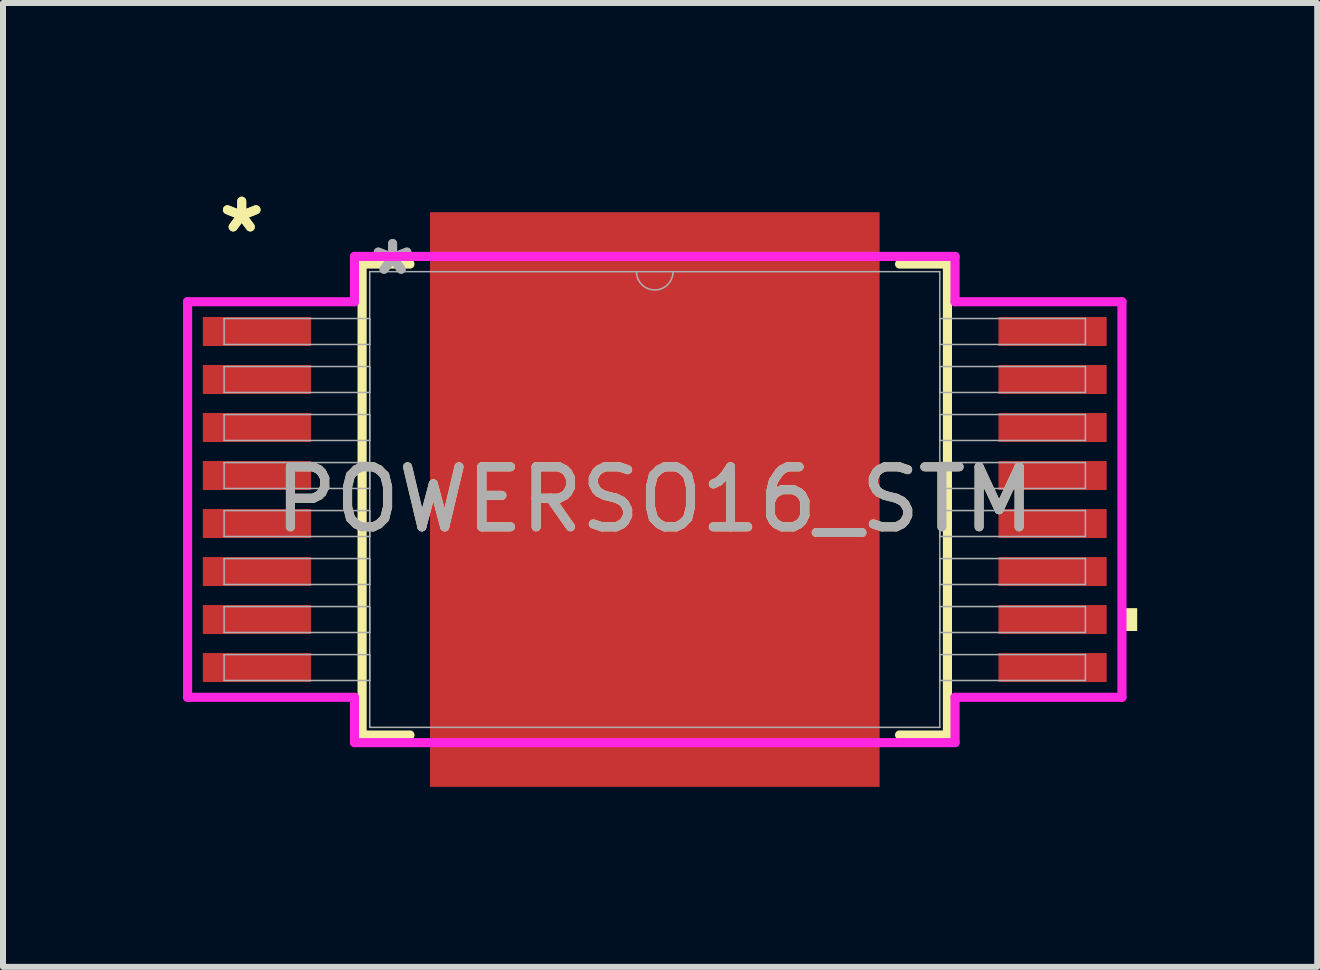
<source format=kicad_pcb>
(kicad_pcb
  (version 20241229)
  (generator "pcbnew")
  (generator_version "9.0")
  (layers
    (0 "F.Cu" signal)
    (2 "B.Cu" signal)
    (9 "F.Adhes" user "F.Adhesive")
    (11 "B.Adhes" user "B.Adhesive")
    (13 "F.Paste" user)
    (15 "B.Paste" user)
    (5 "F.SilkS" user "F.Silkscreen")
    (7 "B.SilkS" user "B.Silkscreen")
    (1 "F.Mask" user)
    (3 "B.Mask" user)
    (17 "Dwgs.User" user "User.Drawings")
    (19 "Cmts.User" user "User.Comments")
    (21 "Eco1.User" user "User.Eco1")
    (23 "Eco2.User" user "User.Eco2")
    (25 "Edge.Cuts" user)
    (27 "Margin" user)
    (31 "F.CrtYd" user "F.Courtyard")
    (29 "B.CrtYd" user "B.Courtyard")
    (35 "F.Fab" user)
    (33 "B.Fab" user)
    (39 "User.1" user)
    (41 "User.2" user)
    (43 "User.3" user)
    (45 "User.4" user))
  (footprint "POWERSO16_STM"
    (layer "F.Cu")
    (at 7.861 5.274)
    (property "Reference" "POWERSO16_STM" (at 0 0 0) (unlocked yes) (layer "F.SilkS") (effects (font (size 1 1) (thickness 0.15))))
    (attr smd)
    (fp_line (start -4.877 -3.924) (end -4.877 3.924) (stroke (width 0.152) (type solid)) (layer "F.SilkS"))
    (fp_line (start -4.877 3.924) (end -4.079 3.924) (stroke (width 0.152) (type solid)) (layer "F.SilkS"))
    (fp_line (start -4.079 -3.924) (end -4.877 -3.924) (stroke (width 0.152) (type solid)) (layer "F.SilkS"))
    (fp_line (start 4.079 3.924) (end 4.877 3.924) (stroke (width 0.152) (type solid)) (layer "F.SilkS"))
    (fp_line (start 4.877 -3.924) (end 4.079 -3.924) (stroke (width 0.152) (type solid)) (layer "F.SilkS"))
    (fp_line (start 4.877 3.924) (end 4.877 -3.924) (stroke (width 0.152) (type solid)) (layer "F.SilkS"))
    (fp_poly (pts (xy 8.039 1.81) (xy 8.039 2.191) (xy 7.785 2.191) (xy 7.785 1.81)) (stroke (width 0) (type solid)) (fill yes) (layer "F.SilkS"))
    (fp_poly (pts (xy -3.647 -4.688) (xy -3.647 -3.52) (xy -2.348 -3.52) (xy -2.348 -4.688)) (stroke (width 0) (type solid)) (fill yes) (layer "F.Paste"))
    (fp_poly (pts (xy -3.647 -3.32) (xy -3.647 -2.152) (xy -2.348 -2.152) (xy -2.348 -3.32)) (stroke (width 0) (type solid)) (fill yes) (layer "F.Paste"))
    (fp_poly (pts (xy -3.647 -1.952) (xy -3.647 -0.784) (xy -2.348 -0.784) (xy -2.348 -1.952)) (stroke (width 0) (type solid)) (fill yes) (layer "F.Paste"))
    (fp_poly (pts (xy -3.647 -0.584) (xy -3.647 0.584) (xy -2.348 0.584) (xy -2.348 -0.584)) (stroke (width 0) (type solid)) (fill yes) (layer "F.Paste"))
    (fp_poly (pts (xy -3.647 0.784) (xy -3.647 1.952) (xy -2.348 1.952) (xy -2.348 0.784)) (stroke (width 0) (type solid)) (fill yes) (layer "F.Paste"))
    (fp_poly (pts (xy -3.647 2.152) (xy -3.647 3.32) (xy -2.348 3.32) (xy -2.348 2.152)) (stroke (width 0) (type solid)) (fill yes) (layer "F.Paste"))
    (fp_poly (pts (xy -3.647 3.52) (xy -3.647 4.688) (xy -2.348 4.688) (xy -2.348 3.52)) (stroke (width 0) (type solid)) (fill yes) (layer "F.Paste"))
    (fp_poly (pts (xy -2.148 -4.688) (xy -2.148 -3.52) (xy -0.849 -3.52) (xy -0.849 -4.688)) (stroke (width 0) (type solid)) (fill yes) (layer "F.Paste"))
    (fp_poly (pts (xy -2.148 -3.32) (xy -2.148 -2.152) (xy -0.849 -2.152) (xy -0.849 -3.32)) (stroke (width 0) (type solid)) (fill yes) (layer "F.Paste"))
    (fp_poly (pts (xy -2.148 -1.952) (xy -2.148 -0.784) (xy -0.849 -0.784) (xy -0.849 -1.952)) (stroke (width 0) (type solid)) (fill yes) (layer "F.Paste"))
    (fp_poly (pts (xy -2.148 -0.584) (xy -2.148 0.584) (xy -0.849 0.584) (xy -0.849 -0.584)) (stroke (width 0) (type solid)) (fill yes) (layer "F.Paste"))
    (fp_poly (pts (xy -2.148 0.784) (xy -2.148 1.952) (xy -0.849 1.952) (xy -0.849 0.784)) (stroke (width 0) (type solid)) (fill yes) (layer "F.Paste"))
    (fp_poly (pts (xy -2.148 2.152) (xy -2.148 3.32) (xy -0.849 3.32) (xy -0.849 2.152)) (stroke (width 0) (type solid)) (fill yes) (layer "F.Paste"))
    (fp_poly (pts (xy -2.148 3.52) (xy -2.148 4.688) (xy -0.849 4.688) (xy -0.849 3.52)) (stroke (width 0) (type solid)) (fill yes) (layer "F.Paste"))
    (fp_poly (pts (xy -0.649 -4.688) (xy -0.649 -3.52) (xy 0.649 -3.52) (xy 0.649 -4.688)) (stroke (width 0) (type solid)) (fill yes) (layer "F.Paste"))
    (fp_poly (pts (xy -0.649 -3.32) (xy -0.649 -2.152) (xy 0.649 -2.152) (xy 0.649 -3.32)) (stroke (width 0) (type solid)) (fill yes) (layer "F.Paste"))
    (fp_poly (pts (xy -0.649 -1.952) (xy -0.649 -0.784) (xy 0.649 -0.784) (xy 0.649 -1.952)) (stroke (width 0) (type solid)) (fill yes) (layer "F.Paste"))
    (fp_poly (pts (xy -0.649 -0.584) (xy -0.649 0.584) (xy 0.649 0.584) (xy 0.649 -0.584)) (stroke (width 0) (type solid)) (fill yes) (layer "F.Paste"))
    (fp_poly (pts (xy -0.649 0.784) (xy -0.649 1.952) (xy 0.649 1.952) (xy 0.649 0.784)) (stroke (width 0) (type solid)) (fill yes) (layer "F.Paste"))
    (fp_poly (pts (xy -0.649 2.152) (xy -0.649 3.32) (xy 0.649 3.32) (xy 0.649 2.152)) (stroke (width 0) (type solid)) (fill yes) (layer "F.Paste"))
    (fp_poly (pts (xy -0.649 3.52) (xy -0.649 4.688) (xy 0.649 4.688) (xy 0.649 3.52)) (stroke (width 0) (type solid)) (fill yes) (layer "F.Paste"))
    (fp_poly (pts (xy 0.849 -4.688) (xy 0.849 -3.52) (xy 2.148 -3.52) (xy 2.148 -4.688)) (stroke (width 0) (type solid)) (fill yes) (layer "F.Paste"))
    (fp_poly (pts (xy 0.849 -3.32) (xy 0.849 -2.152) (xy 2.148 -2.152) (xy 2.148 -3.32)) (stroke (width 0) (type solid)) (fill yes) (layer "F.Paste"))
    (fp_poly (pts (xy 0.849 -1.952) (xy 0.849 -0.784) (xy 2.148 -0.784) (xy 2.148 -1.952)) (stroke (width 0) (type solid)) (fill yes) (layer "F.Paste"))
    (fp_poly (pts (xy 0.849 -0.584) (xy 0.849 0.584) (xy 2.148 0.584) (xy 2.148 -0.584)) (stroke (width 0) (type solid)) (fill yes) (layer "F.Paste"))
    (fp_poly (pts (xy 0.849 0.784) (xy 0.849 1.952) (xy 2.148 1.952) (xy 2.148 0.784)) (stroke (width 0) (type solid)) (fill yes) (layer "F.Paste"))
    (fp_poly (pts (xy 0.849 2.152) (xy 0.849 3.32) (xy 2.148 3.32) (xy 2.148 2.152)) (stroke (width 0) (type solid)) (fill yes) (layer "F.Paste"))
    (fp_poly (pts (xy 0.849 3.52) (xy 0.849 4.688) (xy 2.148 4.688) (xy 2.148 3.52)) (stroke (width 0) (type solid)) (fill yes) (layer "F.Paste"))
    (fp_poly (pts (xy 2.348 -4.688) (xy 2.348 -3.52) (xy 3.647 -3.52) (xy 3.647 -4.688)) (stroke (width 0) (type solid)) (fill yes) (layer "F.Paste"))
    (fp_poly (pts (xy 2.348 -3.32) (xy 2.348 -2.152) (xy 3.647 -2.152) (xy 3.647 -3.32)) (stroke (width 0) (type solid)) (fill yes) (layer "F.Paste"))
    (fp_poly (pts (xy 2.348 -1.952) (xy 2.348 -0.784) (xy 3.647 -0.784) (xy 3.647 -1.952)) (stroke (width 0) (type solid)) (fill yes) (layer "F.Paste"))
    (fp_poly (pts (xy 2.348 -0.584) (xy 2.348 0.584) (xy 3.647 0.584) (xy 3.647 -0.584)) (stroke (width 0) (type solid)) (fill yes) (layer "F.Paste"))
    (fp_poly (pts (xy 2.348 0.784) (xy 2.348 1.952) (xy 3.647 1.952) (xy 3.647 0.784)) (stroke (width 0) (type solid)) (fill yes) (layer "F.Paste"))
    (fp_poly (pts (xy 2.348 2.152) (xy 2.348 3.32) (xy 3.647 3.32) (xy 3.647 2.152)) (stroke (width 0) (type solid)) (fill yes) (layer "F.Paste"))
    (fp_poly (pts (xy 2.348 3.52) (xy 2.348 4.688) (xy 3.647 4.688) (xy 3.647 3.52)) (stroke (width 0) (type solid)) (fill yes) (layer "F.Paste"))
    (fp_line (start -7.785 -3.296) (end -5.004 -3.296) (stroke (width 0.152) (type solid)) (layer "F.CrtYd"))
    (fp_line (start -7.785 3.296) (end -7.785 -3.296) (stroke (width 0.152) (type solid)) (layer "F.CrtYd"))
    (fp_line (start -7.785 3.296) (end -5.004 3.296) (stroke (width 0.152) (type solid)) (layer "F.CrtYd"))
    (fp_line (start -5.004 -4.051) (end 5.004 -4.051) (stroke (width 0.152) (type solid)) (layer "F.CrtYd"))
    (fp_line (start -5.004 -3.296) (end -5.004 -4.051) (stroke (width 0.152) (type solid)) (layer "F.CrtYd"))
    (fp_line (start -5.004 4.051) (end -5.004 3.296) (stroke (width 0.152) (type solid)) (layer "F.CrtYd"))
    (fp_line (start 5.004 -4.051) (end 5.004 -3.296) (stroke (width 0.152) (type solid)) (layer "F.CrtYd"))
    (fp_line (start 5.004 3.296) (end 5.004 4.051) (stroke (width 0.152) (type solid)) (layer "F.CrtYd"))
    (fp_line (start 5.004 4.051) (end -5.004 4.051) (stroke (width 0.152) (type solid)) (layer "F.CrtYd"))
    (fp_line (start 7.785 -3.296) (end 5.004 -3.296) (stroke (width 0.152) (type solid)) (layer "F.CrtYd"))
    (fp_line (start 7.785 -3.296) (end 7.785 3.296) (stroke (width 0.152) (type solid)) (layer "F.CrtYd"))
    (fp_line (start 7.785 3.296) (end 5.004 3.296) (stroke (width 0.152) (type solid)) (layer "F.CrtYd"))
    (fp_line (start -7.176 -3.016) (end -7.176 -2.584) (stroke (width 0.025) (type solid)) (layer "F.Fab"))
    (fp_line (start -7.176 -2.584) (end -4.75 -2.584) (stroke (width 0.025) (type solid)) (layer "F.Fab"))
    (fp_line (start -7.176 -2.216) (end -7.176 -1.784) (stroke (width 0.025) (type solid)) (layer "F.Fab"))
    (fp_line (start -7.176 -1.784) (end -4.75 -1.784) (stroke (width 0.025) (type solid)) (layer "F.Fab"))
    (fp_line (start -7.176 -1.416) (end -7.176 -0.984) (stroke (width 0.025) (type solid)) (layer "F.Fab"))
    (fp_line (start -7.176 -0.984) (end -4.75 -0.984) (stroke (width 0.025) (type solid)) (layer "F.Fab"))
    (fp_line (start -7.176 -0.616) (end -7.176 -0.184) (stroke (width 0.025) (type solid)) (layer "F.Fab"))
    (fp_line (start -7.176 -0.184) (end -4.75 -0.184) (stroke (width 0.025) (type solid)) (layer "F.Fab"))
    (fp_line (start -7.176 0.184) (end -7.176 0.616) (stroke (width 0.025) (type solid)) (layer "F.Fab"))
    (fp_line (start -7.176 0.616) (end -4.75 0.616) (stroke (width 0.025) (type solid)) (layer "F.Fab"))
    (fp_line (start -7.176 0.984) (end -7.176 1.416) (stroke (width 0.025) (type solid)) (layer "F.Fab"))
    (fp_line (start -7.176 1.416) (end -4.75 1.416) (stroke (width 0.025) (type solid)) (layer "F.Fab"))
    (fp_line (start -7.176 1.784) (end -7.176 2.216) (stroke (width 0.025) (type solid)) (layer "F.Fab"))
    (fp_line (start -7.176 2.216) (end -4.75 2.216) (stroke (width 0.025) (type solid)) (layer "F.Fab"))
    (fp_line (start -7.176 2.584) (end -7.176 3.016) (stroke (width 0.025) (type solid)) (layer "F.Fab"))
    (fp_line (start -7.176 3.016) (end -4.75 3.016) (stroke (width 0.025) (type solid)) (layer "F.Fab"))
    (fp_line (start -4.75 -3.797) (end -4.75 3.797) (stroke (width 0.025) (type solid)) (layer "F.Fab"))
    (fp_line (start -4.75 -3.016) (end -7.176 -3.016) (stroke (width 0.025) (type solid)) (layer "F.Fab"))
    (fp_line (start -4.75 -2.584) (end -4.75 -3.016) (stroke (width 0.025) (type solid)) (layer "F.Fab"))
    (fp_line (start -4.75 -2.216) (end -7.176 -2.216) (stroke (width 0.025) (type solid)) (layer "F.Fab"))
    (fp_line (start -4.75 -1.784) (end -4.75 -2.216) (stroke (width 0.025) (type solid)) (layer "F.Fab"))
    (fp_line (start -4.75 -1.416) (end -7.176 -1.416) (stroke (width 0.025) (type solid)) (layer "F.Fab"))
    (fp_line (start -4.75 -0.984) (end -4.75 -1.416) (stroke (width 0.025) (type solid)) (layer "F.Fab"))
    (fp_line (start -4.75 -0.616) (end -7.176 -0.616) (stroke (width 0.025) (type solid)) (layer "F.Fab"))
    (fp_line (start -4.75 -0.184) (end -4.75 -0.616) (stroke (width 0.025) (type solid)) (layer "F.Fab"))
    (fp_line (start -4.75 0.184) (end -7.176 0.184) (stroke (width 0.025) (type solid)) (layer "F.Fab"))
    (fp_line (start -4.75 0.616) (end -4.75 0.184) (stroke (width 0.025) (type solid)) (layer "F.Fab"))
    (fp_line (start -4.75 0.984) (end -7.176 0.984) (stroke (width 0.025) (type solid)) (layer "F.Fab"))
    (fp_line (start -4.75 1.416) (end -4.75 0.984) (stroke (width 0.025) (type solid)) (layer "F.Fab"))
    (fp_line (start -4.75 1.784) (end -7.176 1.784) (stroke (width 0.025) (type solid)) (layer "F.Fab"))
    (fp_line (start -4.75 2.216) (end -4.75 1.784) (stroke (width 0.025) (type solid)) (layer "F.Fab"))
    (fp_line (start -4.75 2.584) (end -7.176 2.584) (stroke (width 0.025) (type solid)) (layer "F.Fab"))
    (fp_line (start -4.75 3.016) (end -4.75 2.584) (stroke (width 0.025) (type solid)) (layer "F.Fab"))
    (fp_line (start -4.75 3.797) (end 4.75 3.797) (stroke (width 0.025) (type solid)) (layer "F.Fab"))
    (fp_line (start 4.75 -3.797) (end -4.75 -3.797) (stroke (width 0.025) (type solid)) (layer "F.Fab"))
    (fp_line (start 4.75 -3.016) (end 4.75 -2.584) (stroke (width 0.025) (type solid)) (layer "F.Fab"))
    (fp_line (start 4.75 -2.584) (end 7.176 -2.584) (stroke (width 0.025) (type solid)) (layer "F.Fab"))
    (fp_line (start 4.75 -2.216) (end 4.75 -1.784) (stroke (width 0.025) (type solid)) (layer "F.Fab"))
    (fp_line (start 4.75 -1.784) (end 7.176 -1.784) (stroke (width 0.025) (type solid)) (layer "F.Fab"))
    (fp_line (start 4.75 -1.416) (end 4.75 -0.984) (stroke (width 0.025) (type solid)) (layer "F.Fab"))
    (fp_line (start 4.75 -0.984) (end 7.176 -0.984) (stroke (width 0.025) (type solid)) (layer "F.Fab"))
    (fp_line (start 4.75 -0.616) (end 4.75 -0.184) (stroke (width 0.025) (type solid)) (layer "F.Fab"))
    (fp_line (start 4.75 -0.184) (end 7.176 -0.184) (stroke (width 0.025) (type solid)) (layer "F.Fab"))
    (fp_line (start 4.75 0.184) (end 4.75 0.616) (stroke (width 0.025) (type solid)) (layer "F.Fab"))
    (fp_line (start 4.75 0.616) (end 7.176 0.616) (stroke (width 0.025) (type solid)) (layer "F.Fab"))
    (fp_line (start 4.75 0.984) (end 4.75 1.416) (stroke (width 0.025) (type solid)) (layer "F.Fab"))
    (fp_line (start 4.75 1.416) (end 7.176 1.416) (stroke (width 0.025) (type solid)) (layer "F.Fab"))
    (fp_line (start 4.75 1.784) (end 4.75 2.216) (stroke (width 0.025) (type solid)) (layer "F.Fab"))
    (fp_line (start 4.75 2.216) (end 7.176 2.216) (stroke (width 0.025) (type solid)) (layer "F.Fab"))
    (fp_line (start 4.75 2.584) (end 4.75 3.016) (stroke (width 0.025) (type solid)) (layer "F.Fab"))
    (fp_line (start 4.75 3.016) (end 7.176 3.016) (stroke (width 0.025) (type solid)) (layer "F.Fab"))
    (fp_line (start 4.75 3.797) (end 4.75 -3.797) (stroke (width 0.025) (type solid)) (layer "F.Fab"))
    (fp_line (start 7.176 -3.016) (end 4.75 -3.016) (stroke (width 0.025) (type solid)) (layer "F.Fab"))
    (fp_line (start 7.176 -2.584) (end 7.176 -3.016) (stroke (width 0.025) (type solid)) (layer "F.Fab"))
    (fp_line (start 7.176 -2.216) (end 4.75 -2.216) (stroke (width 0.025) (type solid)) (layer "F.Fab"))
    (fp_line (start 7.176 -1.784) (end 7.176 -2.216) (stroke (width 0.025) (type solid)) (layer "F.Fab"))
    (fp_line (start 7.176 -1.416) (end 4.75 -1.416) (stroke (width 0.025) (type solid)) (layer "F.Fab"))
    (fp_line (start 7.176 -0.984) (end 7.176 -1.416) (stroke (width 0.025) (type solid)) (layer "F.Fab"))
    (fp_line (start 7.176 -0.616) (end 4.75 -0.616) (stroke (width 0.025) (type solid)) (layer "F.Fab"))
    (fp_line (start 7.176 -0.184) (end 7.176 -0.616) (stroke (width 0.025) (type solid)) (layer "F.Fab"))
    (fp_line (start 7.176 0.184) (end 4.75 0.184) (stroke (width 0.025) (type solid)) (layer "F.Fab"))
    (fp_line (start 7.176 0.616) (end 7.176 0.184) (stroke (width 0.025) (type solid)) (layer "F.Fab"))
    (fp_line (start 7.176 0.984) (end 4.75 0.984) (stroke (width 0.025) (type solid)) (layer "F.Fab"))
    (fp_line (start 7.176 1.416) (end 7.176 0.984) (stroke (width 0.025) (type solid)) (layer "F.Fab"))
    (fp_line (start 7.176 1.784) (end 4.75 1.784) (stroke (width 0.025) (type solid)) (layer "F.Fab"))
    (fp_line (start 7.176 2.216) (end 7.176 1.784) (stroke (width 0.025) (type solid)) (layer "F.Fab"))
    (fp_line (start 7.176 2.584) (end 4.75 2.584) (stroke (width 0.025) (type solid)) (layer "F.Fab"))
    (fp_line (start 7.176 3.016) (end 7.176 2.584) (stroke (width 0.025) (type solid)) (layer "F.Fab"))
    (fp_arc (start 0.3048 -3.7973) (mid 0 -3.4925) (end -0.3048 -3.7973) (stroke (width 0.0254) (type solid)) (layer "F.Fab"))
    (fp_text user "*" (at -6.883 -4.426 0) (unlocked yes) (layer "F.SilkS") (effects (font (size 1 1) (thickness 0.15))))
    (fp_text user "*" (at -6.883 -4.426 0) (layer "F.SilkS") (effects (font (size 1 1) (thickness 0.15))))
    (fp_text user "${REFERENCE}" (at 0 0 0) (unlocked yes) (layer "F.Fab") (effects (font (size 1 1) (thickness 0.15))))
    (fp_text user "*" (at -4.369 -3.721 0) (unlocked yes) (layer "F.Fab") (effects (font (size 1 1) (thickness 0.15))))
    (fp_text user "*" (at -4.369 -3.721 0) (layer "F.Fab") (effects (font (size 1 1) (thickness 0.15))))
    (pad "1" smd rect (at -6.629 -2.8) (size 1.803 0.483) (layers "F.Cu" "F.Mask" "F.Paste"))
    (pad "2" smd rect (at -6.629 -2) (size 1.803 0.483) (layers "F.Cu" "F.Mask" "F.Paste"))
    (pad "3" smd rect (at -6.629 -1.2) (size 1.803 0.483) (layers "F.Cu" "F.Mask" "F.Paste"))
    (pad "4" smd rect (at -6.629 -0.4) (size 1.803 0.483) (layers "F.Cu" "F.Mask" "F.Paste"))
    (pad "5" smd rect (at -6.629 0.4) (size 1.803 0.483) (layers "F.Cu" "F.Mask" "F.Paste"))
    (pad "6" smd rect (at -6.629 1.2) (size 1.803 0.483) (layers "F.Cu" "F.Mask" "F.Paste"))
    (pad "7" smd rect (at -6.629 2) (size 1.803 0.483) (layers "F.Cu" "F.Mask" "F.Paste"))
    (pad "8" smd rect (at -6.629 2.8) (size 1.803 0.483) (layers "F.Cu" "F.Mask" "F.Paste"))
    (pad "9" smd rect (at 6.629 2.8) (size 1.803 0.483) (layers "F.Cu" "F.Mask" "F.Paste"))
    (pad "10" smd rect (at 6.629 2) (size 1.803 0.483) (layers "F.Cu" "F.Mask" "F.Paste"))
    (pad "11" smd rect (at 6.629 1.2) (size 1.803 0.483) (layers "F.Cu" "F.Mask" "F.Paste"))
    (pad "12" smd rect (at 6.629 0.4) (size 1.803 0.483) (layers "F.Cu" "F.Mask" "F.Paste"))
    (pad "13" smd rect (at 6.629 -0.4) (size 1.803 0.483) (layers "F.Cu" "F.Mask" "F.Paste"))
    (pad "14" smd rect (at 6.629 -1.2) (size 1.803 0.483) (layers "F.Cu" "F.Mask" "F.Paste"))
    (pad "15" smd rect (at 6.629 -2) (size 1.803 0.483) (layers "F.Cu" "F.Mask" "F.Paste"))
    (pad "16" smd rect (at 6.629 -2.8) (size 1.803 0.483) (layers "F.Cu" "F.Mask" "F.Paste"))
    (pad "EPAD" smd rect (at 0 0) (size 7.493 9.576) (layers "F.Cu" "F.Mask")))
  (gr_rect
    (start -3 -3)
    (end 18.9 13.062)
    (stroke (width 0.1) (type default))
    (fill no)
    (layer "Edge.Cuts")))
</source>
